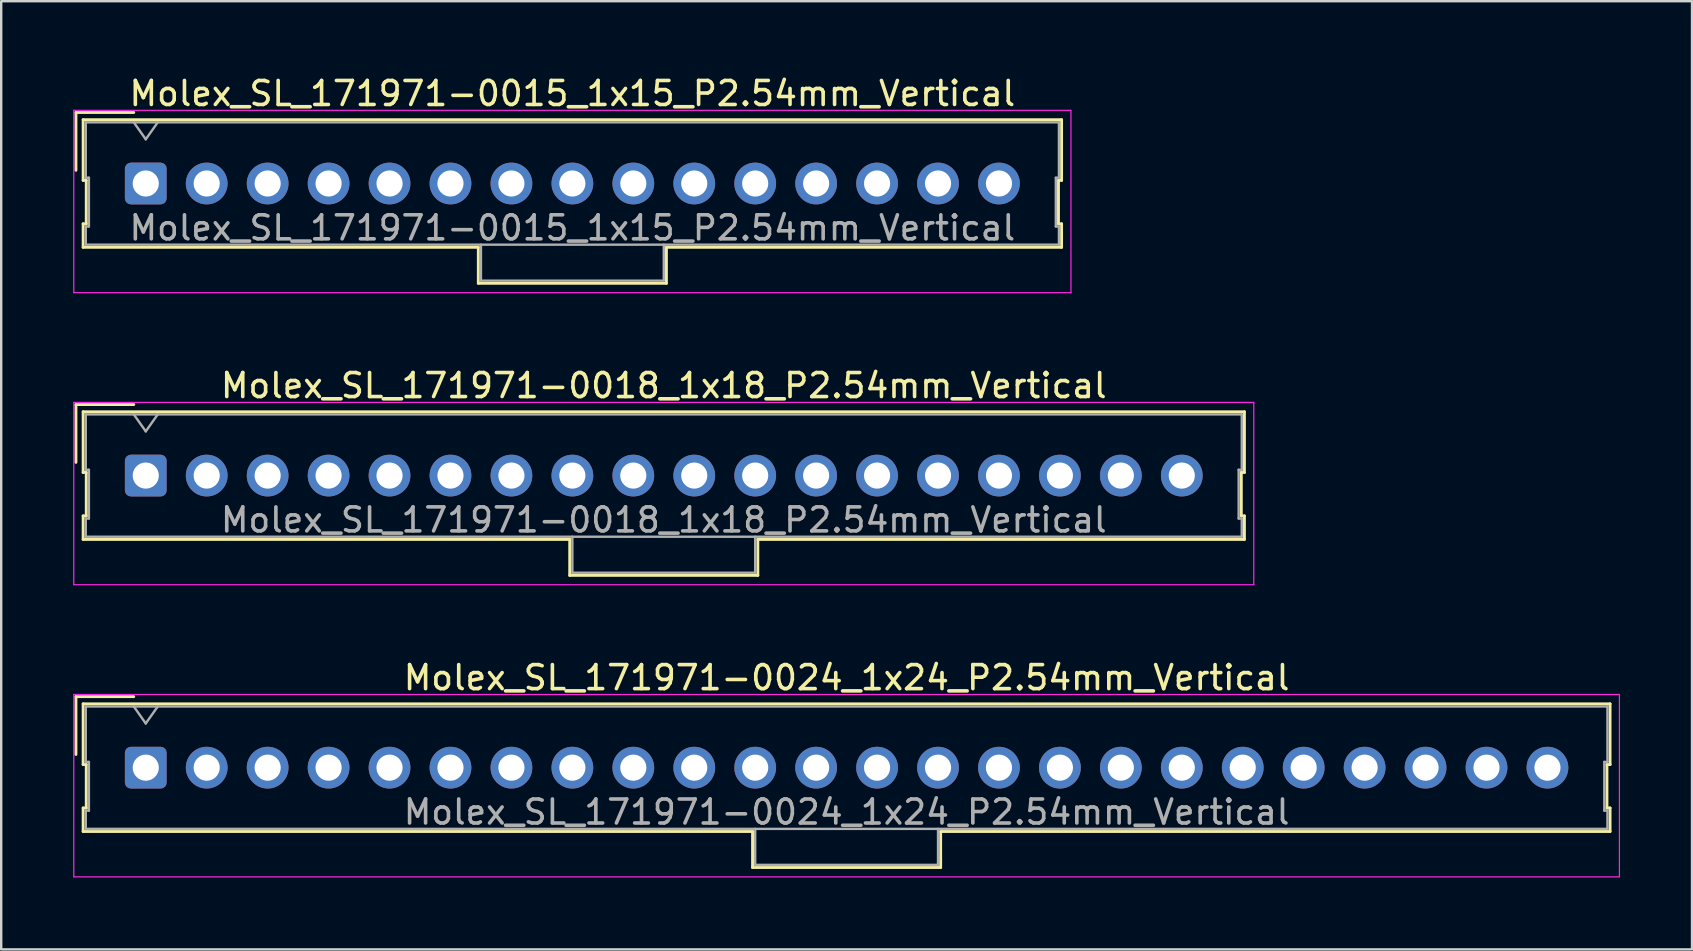
<source format=kicad_pcb>
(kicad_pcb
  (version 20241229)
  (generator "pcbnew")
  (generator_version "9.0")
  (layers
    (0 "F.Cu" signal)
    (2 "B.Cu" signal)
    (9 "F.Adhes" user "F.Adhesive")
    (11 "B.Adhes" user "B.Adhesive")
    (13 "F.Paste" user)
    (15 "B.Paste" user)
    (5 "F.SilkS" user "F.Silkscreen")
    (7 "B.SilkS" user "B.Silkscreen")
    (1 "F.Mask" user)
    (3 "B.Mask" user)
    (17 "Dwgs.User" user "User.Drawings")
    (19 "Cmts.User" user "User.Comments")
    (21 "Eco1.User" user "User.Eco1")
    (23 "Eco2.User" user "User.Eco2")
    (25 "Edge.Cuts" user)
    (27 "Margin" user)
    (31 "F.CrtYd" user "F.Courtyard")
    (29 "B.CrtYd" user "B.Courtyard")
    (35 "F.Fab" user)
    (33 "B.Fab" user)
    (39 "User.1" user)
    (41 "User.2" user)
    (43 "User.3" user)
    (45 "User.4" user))
  (footprint "Molex_SL_171971-0024_1x24_P2.54mm_Vertical"
    (layer "F.Cu")
    (at 3.025 28.945)
    (property "Reference" "Molex_SL_171971-0024_1x24_P2.54mm_Vertical" (at 29.21 -3.75 0) (layer "F.SilkS") (effects (font (size 1 1) (thickness 0.15))))
    (attr through_hole)
    (fp_line (start -2.91 -2.96) (end -0.5 -2.96) (stroke (width 0.12) (type solid)) (layer "F.SilkS"))
    (fp_line (start -2.91 -0.55) (end -2.91 -2.96) (stroke (width 0.12) (type solid)) (layer "F.SilkS"))
    (fp_line (start -2.61 -2.66) (end -2.61 -0.13) (stroke (width 0.12) (type solid)) (layer "F.SilkS"))
    (fp_line (start -2.61 -0.13) (end -2.48 -0.13) (stroke (width 0.12) (type solid)) (layer "F.SilkS"))
    (fp_line (start -2.61 1.68) (end -2.61 2.66) (stroke (width 0.12) (type solid)) (layer "F.SilkS"))
    (fp_line (start -2.61 2.66) (end 25.29 2.66) (stroke (width 0.12) (type solid)) (layer "F.SilkS"))
    (fp_line (start -2.48 -0.13) (end -2.48 1.68) (stroke (width 0.12) (type solid)) (layer "F.SilkS"))
    (fp_line (start -2.48 1.68) (end -2.61 1.68) (stroke (width 0.12) (type solid)) (layer "F.SilkS"))
    (fp_line (start 25.29 2.66) (end 25.29 4.16) (stroke (width 0.12) (type solid)) (layer "F.SilkS"))
    (fp_line (start 25.29 4.16) (end 33.13 4.16) (stroke (width 0.12) (type solid)) (layer "F.SilkS"))
    (fp_line (start 33.13 2.66) (end 61.03 2.66) (stroke (width 0.12) (type solid)) (layer "F.SilkS"))
    (fp_line (start 33.13 4.16) (end 33.13 2.66) (stroke (width 0.12) (type solid)) (layer "F.SilkS"))
    (fp_line (start 60.9 -0.13) (end 61.03 -0.13) (stroke (width 0.12) (type solid)) (layer "F.SilkS"))
    (fp_line (start 60.9 1.68) (end 60.9 -0.13) (stroke (width 0.12) (type solid)) (layer "F.SilkS"))
    (fp_line (start 61.03 -2.66) (end -2.61 -2.66) (stroke (width 0.12) (type solid)) (layer "F.SilkS"))
    (fp_line (start 61.03 -0.13) (end 61.03 -2.66) (stroke (width 0.12) (type solid)) (layer "F.SilkS"))
    (fp_line (start 61.03 1.68) (end 60.9 1.68) (stroke (width 0.12) (type solid)) (layer "F.SilkS"))
    (fp_line (start 61.03 2.66) (end 61.03 1.68) (stroke (width 0.12) (type solid)) (layer "F.SilkS"))
    (fp_line (start -3 -3.05) (end -3 4.55) (stroke (width 0.05) (type solid)) (layer "F.CrtYd"))
    (fp_line (start -3 4.55) (end 61.42 4.55) (stroke (width 0.05) (type solid)) (layer "F.CrtYd"))
    (fp_line (start 61.42 -3.05) (end -3 -3.05) (stroke (width 0.05) (type solid)) (layer "F.CrtYd"))
    (fp_line (start 61.42 4.55) (end 61.42 -3.05) (stroke (width 0.05) (type solid)) (layer "F.CrtYd"))
    (fp_line (start -2.5 -2.55) (end -2.5 -0.24) (stroke (width 0.1) (type solid)) (layer "F.Fab"))
    (fp_line (start -2.5 -0.24) (end -2.37 -0.24) (stroke (width 0.1) (type solid)) (layer "F.Fab"))
    (fp_line (start -2.5 1.79) (end -2.5 2.55) (stroke (width 0.1) (type solid)) (layer "F.Fab"))
    (fp_line (start -2.5 2.55) (end 60.92 2.55) (stroke (width 0.1) (type solid)) (layer "F.Fab"))
    (fp_line (start -2.37 -0.24) (end -2.37 1.79) (stroke (width 0.1) (type solid)) (layer "F.Fab"))
    (fp_line (start -2.37 1.79) (end -2.5 1.79) (stroke (width 0.1) (type solid)) (layer "F.Fab"))
    (fp_line (start 0 -1.843) (end -0.5 -2.55) (stroke (width 0.1) (type solid)) (layer "F.Fab"))
    (fp_line (start 0.5 -2.55) (end 0 -1.843) (stroke (width 0.1) (type solid)) (layer "F.Fab"))
    (fp_line (start 25.4 2.55) (end 25.4 4.05) (stroke (width 0.1) (type solid)) (layer "F.Fab"))
    (fp_line (start 25.4 4.05) (end 33.02 4.05) (stroke (width 0.1) (type solid)) (layer "F.Fab"))
    (fp_line (start 33.02 4.05) (end 33.02 2.55) (stroke (width 0.1) (type solid)) (layer "F.Fab"))
    (fp_line (start 60.79 -0.24) (end 60.92 -0.24) (stroke (width 0.1) (type solid)) (layer "F.Fab"))
    (fp_line (start 60.79 1.79) (end 60.79 -0.24) (stroke (width 0.1) (type solid)) (layer "F.Fab"))
    (fp_line (start 60.92 -2.55) (end -2.5 -2.55) (stroke (width 0.1) (type solid)) (layer "F.Fab"))
    (fp_line (start 60.92 -0.24) (end 60.92 -2.55) (stroke (width 0.1) (type solid)) (layer "F.Fab"))
    (fp_line (start 60.92 1.79) (end 60.79 1.79) (stroke (width 0.1) (type solid)) (layer "F.Fab"))
    (fp_line (start 60.92 2.55) (end 60.92 1.79) (stroke (width 0.1) (type solid)) (layer "F.Fab"))
    (fp_text user "${REFERENCE}" (at 29.21 1.85 0) (layer "F.Fab") (effects (font (size 1 1) (thickness 0.15))))
    (pad "1" thru_hole roundrect (at 0 0) (size 1.74 1.74) (drill 1.09) (layers "*.Cu" "*.Mask") (roundrect_rratio 0.144))
    (pad "2" thru_hole circle (at 2.54 0) (size 1.74 1.74) (drill 1.09) (layers "*.Cu" "*.Mask"))
    (pad "3" thru_hole circle (at 5.08 0) (size 1.74 1.74) (drill 1.09) (layers "*.Cu" "*.Mask"))
    (pad "4" thru_hole circle (at 7.62 0) (size 1.74 1.74) (drill 1.09) (layers "*.Cu" "*.Mask"))
    (pad "5" thru_hole circle (at 10.16 0) (size 1.74 1.74) (drill 1.09) (layers "*.Cu" "*.Mask"))
    (pad "6" thru_hole circle (at 12.7 0) (size 1.74 1.74) (drill 1.09) (layers "*.Cu" "*.Mask"))
    (pad "7" thru_hole circle (at 15.24 0) (size 1.74 1.74) (drill 1.09) (layers "*.Cu" "*.Mask"))
    (pad "8" thru_hole circle (at 17.78 0) (size 1.74 1.74) (drill 1.09) (layers "*.Cu" "*.Mask"))
    (pad "9" thru_hole circle (at 20.32 0) (size 1.74 1.74) (drill 1.09) (layers "*.Cu" "*.Mask"))
    (pad "10" thru_hole circle (at 22.86 0) (size 1.74 1.74) (drill 1.09) (layers "*.Cu" "*.Mask"))
    (pad "11" thru_hole circle (at 25.4 0) (size 1.74 1.74) (drill 1.09) (layers "*.Cu" "*.Mask"))
    (pad "12" thru_hole circle (at 27.94 0) (size 1.74 1.74) (drill 1.09) (layers "*.Cu" "*.Mask"))
    (pad "13" thru_hole circle (at 30.48 0) (size 1.74 1.74) (drill 1.09) (layers "*.Cu" "*.Mask"))
    (pad "14" thru_hole circle (at 33.02 0) (size 1.74 1.74) (drill 1.09) (layers "*.Cu" "*.Mask"))
    (pad "15" thru_hole circle (at 35.56 0) (size 1.74 1.74) (drill 1.09) (layers "*.Cu" "*.Mask"))
    (pad "16" thru_hole circle (at 38.1 0) (size 1.74 1.74) (drill 1.09) (layers "*.Cu" "*.Mask"))
    (pad "17" thru_hole circle (at 40.64 0) (size 1.74 1.74) (drill 1.09) (layers "*.Cu" "*.Mask"))
    (pad "18" thru_hole circle (at 43.18 0) (size 1.74 1.74) (drill 1.09) (layers "*.Cu" "*.Mask"))
    (pad "19" thru_hole circle (at 45.72 0) (size 1.74 1.74) (drill 1.09) (layers "*.Cu" "*.Mask"))
    (pad "20" thru_hole circle (at 48.26 0) (size 1.74 1.74) (drill 1.09) (layers "*.Cu" "*.Mask"))
    (pad "21" thru_hole circle (at 50.8 0) (size 1.74 1.74) (drill 1.09) (layers "*.Cu" "*.Mask"))
    (pad "22" thru_hole circle (at 53.34 0) (size 1.74 1.74) (drill 1.09) (layers "*.Cu" "*.Mask"))
    (pad "23" thru_hole circle (at 55.88 0) (size 1.74 1.74) (drill 1.09) (layers "*.Cu" "*.Mask"))
    (pad "24" thru_hole circle (at 58.42 0) (size 1.74 1.74) (drill 1.09) (layers "*.Cu" "*.Mask")))
  (footprint "Molex_SL_171971-0018_1x18_P2.54mm_Vertical"
    (layer "F.Cu")
    (at 3.025 16.771)
    (property "Reference" "Molex_SL_171971-0018_1x18_P2.54mm_Vertical" (at 21.59 -3.75 0) (layer "F.SilkS") (effects (font (size 1 1) (thickness 0.15))))
    (attr through_hole)
    (fp_line (start -2.91 -2.96) (end -0.5 -2.96) (stroke (width 0.12) (type solid)) (layer "F.SilkS"))
    (fp_line (start -2.91 -0.55) (end -2.91 -2.96) (stroke (width 0.12) (type solid)) (layer "F.SilkS"))
    (fp_line (start -2.61 -2.66) (end -2.61 -0.13) (stroke (width 0.12) (type solid)) (layer "F.SilkS"))
    (fp_line (start -2.61 -0.13) (end -2.48 -0.13) (stroke (width 0.12) (type solid)) (layer "F.SilkS"))
    (fp_line (start -2.61 1.68) (end -2.61 2.66) (stroke (width 0.12) (type solid)) (layer "F.SilkS"))
    (fp_line (start -2.61 2.66) (end 17.67 2.66) (stroke (width 0.12) (type solid)) (layer "F.SilkS"))
    (fp_line (start -2.48 -0.13) (end -2.48 1.68) (stroke (width 0.12) (type solid)) (layer "F.SilkS"))
    (fp_line (start -2.48 1.68) (end -2.61 1.68) (stroke (width 0.12) (type solid)) (layer "F.SilkS"))
    (fp_line (start 17.67 2.66) (end 17.67 4.16) (stroke (width 0.12) (type solid)) (layer "F.SilkS"))
    (fp_line (start 17.67 4.16) (end 25.51 4.16) (stroke (width 0.12) (type solid)) (layer "F.SilkS"))
    (fp_line (start 25.51 2.66) (end 45.79 2.66) (stroke (width 0.12) (type solid)) (layer "F.SilkS"))
    (fp_line (start 25.51 4.16) (end 25.51 2.66) (stroke (width 0.12) (type solid)) (layer "F.SilkS"))
    (fp_line (start 45.66 -0.13) (end 45.79 -0.13) (stroke (width 0.12) (type solid)) (layer "F.SilkS"))
    (fp_line (start 45.66 1.68) (end 45.66 -0.13) (stroke (width 0.12) (type solid)) (layer "F.SilkS"))
    (fp_line (start 45.79 -2.66) (end -2.61 -2.66) (stroke (width 0.12) (type solid)) (layer "F.SilkS"))
    (fp_line (start 45.79 -0.13) (end 45.79 -2.66) (stroke (width 0.12) (type solid)) (layer "F.SilkS"))
    (fp_line (start 45.79 1.68) (end 45.66 1.68) (stroke (width 0.12) (type solid)) (layer "F.SilkS"))
    (fp_line (start 45.79 2.66) (end 45.79 1.68) (stroke (width 0.12) (type solid)) (layer "F.SilkS"))
    (fp_line (start -3 -3.05) (end -3 4.55) (stroke (width 0.05) (type solid)) (layer "F.CrtYd"))
    (fp_line (start -3 4.55) (end 46.18 4.55) (stroke (width 0.05) (type solid)) (layer "F.CrtYd"))
    (fp_line (start 46.18 -3.05) (end -3 -3.05) (stroke (width 0.05) (type solid)) (layer "F.CrtYd"))
    (fp_line (start 46.18 4.55) (end 46.18 -3.05) (stroke (width 0.05) (type solid)) (layer "F.CrtYd"))
    (fp_line (start -2.5 -2.55) (end -2.5 -0.24) (stroke (width 0.1) (type solid)) (layer "F.Fab"))
    (fp_line (start -2.5 -0.24) (end -2.37 -0.24) (stroke (width 0.1) (type solid)) (layer "F.Fab"))
    (fp_line (start -2.5 1.79) (end -2.5 2.55) (stroke (width 0.1) (type solid)) (layer "F.Fab"))
    (fp_line (start -2.5 2.55) (end 45.68 2.55) (stroke (width 0.1) (type solid)) (layer "F.Fab"))
    (fp_line (start -2.37 -0.24) (end -2.37 1.79) (stroke (width 0.1) (type solid)) (layer "F.Fab"))
    (fp_line (start -2.37 1.79) (end -2.5 1.79) (stroke (width 0.1) (type solid)) (layer "F.Fab"))
    (fp_line (start 0 -1.843) (end -0.5 -2.55) (stroke (width 0.1) (type solid)) (layer "F.Fab"))
    (fp_line (start 0.5 -2.55) (end 0 -1.843) (stroke (width 0.1) (type solid)) (layer "F.Fab"))
    (fp_line (start 17.78 2.55) (end 17.78 4.05) (stroke (width 0.1) (type solid)) (layer "F.Fab"))
    (fp_line (start 17.78 4.05) (end 25.4 4.05) (stroke (width 0.1) (type solid)) (layer "F.Fab"))
    (fp_line (start 25.4 4.05) (end 25.4 2.55) (stroke (width 0.1) (type solid)) (layer "F.Fab"))
    (fp_line (start 45.55 -0.24) (end 45.68 -0.24) (stroke (width 0.1) (type solid)) (layer "F.Fab"))
    (fp_line (start 45.55 1.79) (end 45.55 -0.24) (stroke (width 0.1) (type solid)) (layer "F.Fab"))
    (fp_line (start 45.68 -2.55) (end -2.5 -2.55) (stroke (width 0.1) (type solid)) (layer "F.Fab"))
    (fp_line (start 45.68 -0.24) (end 45.68 -2.55) (stroke (width 0.1) (type solid)) (layer "F.Fab"))
    (fp_line (start 45.68 1.79) (end 45.55 1.79) (stroke (width 0.1) (type solid)) (layer "F.Fab"))
    (fp_line (start 45.68 2.55) (end 45.68 1.79) (stroke (width 0.1) (type solid)) (layer "F.Fab"))
    (fp_text user "${REFERENCE}" (at 21.59 1.85 0) (layer "F.Fab") (effects (font (size 1 1) (thickness 0.15))))
    (pad "1" thru_hole roundrect (at 0 0) (size 1.74 1.74) (drill 1.09) (layers "*.Cu" "*.Mask") (roundrect_rratio 0.144))
    (pad "2" thru_hole circle (at 2.54 0) (size 1.74 1.74) (drill 1.09) (layers "*.Cu" "*.Mask"))
    (pad "3" thru_hole circle (at 5.08 0) (size 1.74 1.74) (drill 1.09) (layers "*.Cu" "*.Mask"))
    (pad "4" thru_hole circle (at 7.62 0) (size 1.74 1.74) (drill 1.09) (layers "*.Cu" "*.Mask"))
    (pad "5" thru_hole circle (at 10.16 0) (size 1.74 1.74) (drill 1.09) (layers "*.Cu" "*.Mask"))
    (pad "6" thru_hole circle (at 12.7 0) (size 1.74 1.74) (drill 1.09) (layers "*.Cu" "*.Mask"))
    (pad "7" thru_hole circle (at 15.24 0) (size 1.74 1.74) (drill 1.09) (layers "*.Cu" "*.Mask"))
    (pad "8" thru_hole circle (at 17.78 0) (size 1.74 1.74) (drill 1.09) (layers "*.Cu" "*.Mask"))
    (pad "9" thru_hole circle (at 20.32 0) (size 1.74 1.74) (drill 1.09) (layers "*.Cu" "*.Mask"))
    (pad "10" thru_hole circle (at 22.86 0) (size 1.74 1.74) (drill 1.09) (layers "*.Cu" "*.Mask"))
    (pad "11" thru_hole circle (at 25.4 0) (size 1.74 1.74) (drill 1.09) (layers "*.Cu" "*.Mask"))
    (pad "12" thru_hole circle (at 27.94 0) (size 1.74 1.74) (drill 1.09) (layers "*.Cu" "*.Mask"))
    (pad "13" thru_hole circle (at 30.48 0) (size 1.74 1.74) (drill 1.09) (layers "*.Cu" "*.Mask"))
    (pad "14" thru_hole circle (at 33.02 0) (size 1.74 1.74) (drill 1.09) (layers "*.Cu" "*.Mask"))
    (pad "15" thru_hole circle (at 35.56 0) (size 1.74 1.74) (drill 1.09) (layers "*.Cu" "*.Mask"))
    (pad "16" thru_hole circle (at 38.1 0) (size 1.74 1.74) (drill 1.09) (layers "*.Cu" "*.Mask"))
    (pad "17" thru_hole circle (at 40.64 0) (size 1.74 1.74) (drill 1.09) (layers "*.Cu" "*.Mask"))
    (pad "18" thru_hole circle (at 43.18 0) (size 1.74 1.74) (drill 1.09) (layers "*.Cu" "*.Mask")))
  (footprint "Molex_SL_171971-0015_1x15_P2.54mm_Vertical"
    (layer "F.Cu")
    (at 3.025 4.598)
    (property "Reference" "Molex_SL_171971-0015_1x15_P2.54mm_Vertical" (at 17.78 -3.75 0) (layer "F.SilkS") (effects (font (size 1 1) (thickness 0.15))))
    (attr through_hole)
    (fp_line (start -2.91 -2.96) (end -0.5 -2.96) (stroke (width 0.12) (type solid)) (layer "F.SilkS"))
    (fp_line (start -2.91 -0.55) (end -2.91 -2.96) (stroke (width 0.12) (type solid)) (layer "F.SilkS"))
    (fp_line (start -2.61 -2.66) (end -2.61 -0.13) (stroke (width 0.12) (type solid)) (layer "F.SilkS"))
    (fp_line (start -2.61 -0.13) (end -2.48 -0.13) (stroke (width 0.12) (type solid)) (layer "F.SilkS"))
    (fp_line (start -2.61 1.68) (end -2.61 2.66) (stroke (width 0.12) (type solid)) (layer "F.SilkS"))
    (fp_line (start -2.61 2.66) (end 13.86 2.66) (stroke (width 0.12) (type solid)) (layer "F.SilkS"))
    (fp_line (start -2.48 -0.13) (end -2.48 1.68) (stroke (width 0.12) (type solid)) (layer "F.SilkS"))
    (fp_line (start -2.48 1.68) (end -2.61 1.68) (stroke (width 0.12) (type solid)) (layer "F.SilkS"))
    (fp_line (start 13.86 2.66) (end 13.86 4.16) (stroke (width 0.12) (type solid)) (layer "F.SilkS"))
    (fp_line (start 13.86 4.16) (end 21.7 4.16) (stroke (width 0.12) (type solid)) (layer "F.SilkS"))
    (fp_line (start 21.7 2.66) (end 38.17 2.66) (stroke (width 0.12) (type solid)) (layer "F.SilkS"))
    (fp_line (start 21.7 4.16) (end 21.7 2.66) (stroke (width 0.12) (type solid)) (layer "F.SilkS"))
    (fp_line (start 38.04 -0.13) (end 38.17 -0.13) (stroke (width 0.12) (type solid)) (layer "F.SilkS"))
    (fp_line (start 38.04 1.68) (end 38.04 -0.13) (stroke (width 0.12) (type solid)) (layer "F.SilkS"))
    (fp_line (start 38.17 -2.66) (end -2.61 -2.66) (stroke (width 0.12) (type solid)) (layer "F.SilkS"))
    (fp_line (start 38.17 -0.13) (end 38.17 -2.66) (stroke (width 0.12) (type solid)) (layer "F.SilkS"))
    (fp_line (start 38.17 1.68) (end 38.04 1.68) (stroke (width 0.12) (type solid)) (layer "F.SilkS"))
    (fp_line (start 38.17 2.66) (end 38.17 1.68) (stroke (width 0.12) (type solid)) (layer "F.SilkS"))
    (fp_line (start -3 -3.05) (end -3 4.55) (stroke (width 0.05) (type solid)) (layer "F.CrtYd"))
    (fp_line (start -3 4.55) (end 38.56 4.55) (stroke (width 0.05) (type solid)) (layer "F.CrtYd"))
    (fp_line (start 38.56 -3.05) (end -3 -3.05) (stroke (width 0.05) (type solid)) (layer "F.CrtYd"))
    (fp_line (start 38.56 4.55) (end 38.56 -3.05) (stroke (width 0.05) (type solid)) (layer "F.CrtYd"))
    (fp_line (start -2.5 -2.55) (end -2.5 -0.24) (stroke (width 0.1) (type solid)) (layer "F.Fab"))
    (fp_line (start -2.5 -0.24) (end -2.37 -0.24) (stroke (width 0.1) (type solid)) (layer "F.Fab"))
    (fp_line (start -2.5 1.79) (end -2.5 2.55) (stroke (width 0.1) (type solid)) (layer "F.Fab"))
    (fp_line (start -2.5 2.55) (end 38.06 2.55) (stroke (width 0.1) (type solid)) (layer "F.Fab"))
    (fp_line (start -2.37 -0.24) (end -2.37 1.79) (stroke (width 0.1) (type solid)) (layer "F.Fab"))
    (fp_line (start -2.37 1.79) (end -2.5 1.79) (stroke (width 0.1) (type solid)) (layer "F.Fab"))
    (fp_line (start 0 -1.843) (end -0.5 -2.55) (stroke (width 0.1) (type solid)) (layer "F.Fab"))
    (fp_line (start 0.5 -2.55) (end 0 -1.843) (stroke (width 0.1) (type solid)) (layer "F.Fab"))
    (fp_line (start 13.97 2.55) (end 13.97 4.05) (stroke (width 0.1) (type solid)) (layer "F.Fab"))
    (fp_line (start 13.97 4.05) (end 21.59 4.05) (stroke (width 0.1) (type solid)) (layer "F.Fab"))
    (fp_line (start 21.59 4.05) (end 21.59 2.55) (stroke (width 0.1) (type solid)) (layer "F.Fab"))
    (fp_line (start 37.93 -0.24) (end 38.06 -0.24) (stroke (width 0.1) (type solid)) (layer "F.Fab"))
    (fp_line (start 37.93 1.79) (end 37.93 -0.24) (stroke (width 0.1) (type solid)) (layer "F.Fab"))
    (fp_line (start 38.06 -2.55) (end -2.5 -2.55) (stroke (width 0.1) (type solid)) (layer "F.Fab"))
    (fp_line (start 38.06 -0.24) (end 38.06 -2.55) (stroke (width 0.1) (type solid)) (layer "F.Fab"))
    (fp_line (start 38.06 1.79) (end 37.93 1.79) (stroke (width 0.1) (type solid)) (layer "F.Fab"))
    (fp_line (start 38.06 2.55) (end 38.06 1.79) (stroke (width 0.1) (type solid)) (layer "F.Fab"))
    (fp_text user "${REFERENCE}" (at 17.78 1.85 0) (layer "F.Fab") (effects (font (size 1 1) (thickness 0.15))))
    (pad "1" thru_hole roundrect (at 0 0) (size 1.74 1.74) (drill 1.09) (layers "*.Cu" "*.Mask") (roundrect_rratio 0.144))
    (pad "2" thru_hole circle (at 2.54 0) (size 1.74 1.74) (drill 1.09) (layers "*.Cu" "*.Mask"))
    (pad "3" thru_hole circle (at 5.08 0) (size 1.74 1.74) (drill 1.09) (layers "*.Cu" "*.Mask"))
    (pad "4" thru_hole circle (at 7.62 0) (size 1.74 1.74) (drill 1.09) (layers "*.Cu" "*.Mask"))
    (pad "5" thru_hole circle (at 10.16 0) (size 1.74 1.74) (drill 1.09) (layers "*.Cu" "*.Mask"))
    (pad "6" thru_hole circle (at 12.7 0) (size 1.74 1.74) (drill 1.09) (layers "*.Cu" "*.Mask"))
    (pad "7" thru_hole circle (at 15.24 0) (size 1.74 1.74) (drill 1.09) (layers "*.Cu" "*.Mask"))
    (pad "8" thru_hole circle (at 17.78 0) (size 1.74 1.74) (drill 1.09) (layers "*.Cu" "*.Mask"))
    (pad "9" thru_hole circle (at 20.32 0) (size 1.74 1.74) (drill 1.09) (layers "*.Cu" "*.Mask"))
    (pad "10" thru_hole circle (at 22.86 0) (size 1.74 1.74) (drill 1.09) (layers "*.Cu" "*.Mask"))
    (pad "11" thru_hole circle (at 25.4 0) (size 1.74 1.74) (drill 1.09) (layers "*.Cu" "*.Mask"))
    (pad "12" thru_hole circle (at 27.94 0) (size 1.74 1.74) (drill 1.09) (layers "*.Cu" "*.Mask"))
    (pad "13" thru_hole circle (at 30.48 0) (size 1.74 1.74) (drill 1.09) (layers "*.Cu" "*.Mask"))
    (pad "14" thru_hole circle (at 33.02 0) (size 1.74 1.74) (drill 1.09) (layers "*.Cu" "*.Mask"))
    (pad "15" thru_hole circle (at 35.56 0) (size 1.74 1.74) (drill 1.09) (layers "*.Cu" "*.Mask")))
  (gr_rect
    (start -3 -3)
    (end 67.47 36.52)
    (stroke (width 0.1) (type default))
    (fill no)
    (layer "Edge.Cuts")))
</source>
